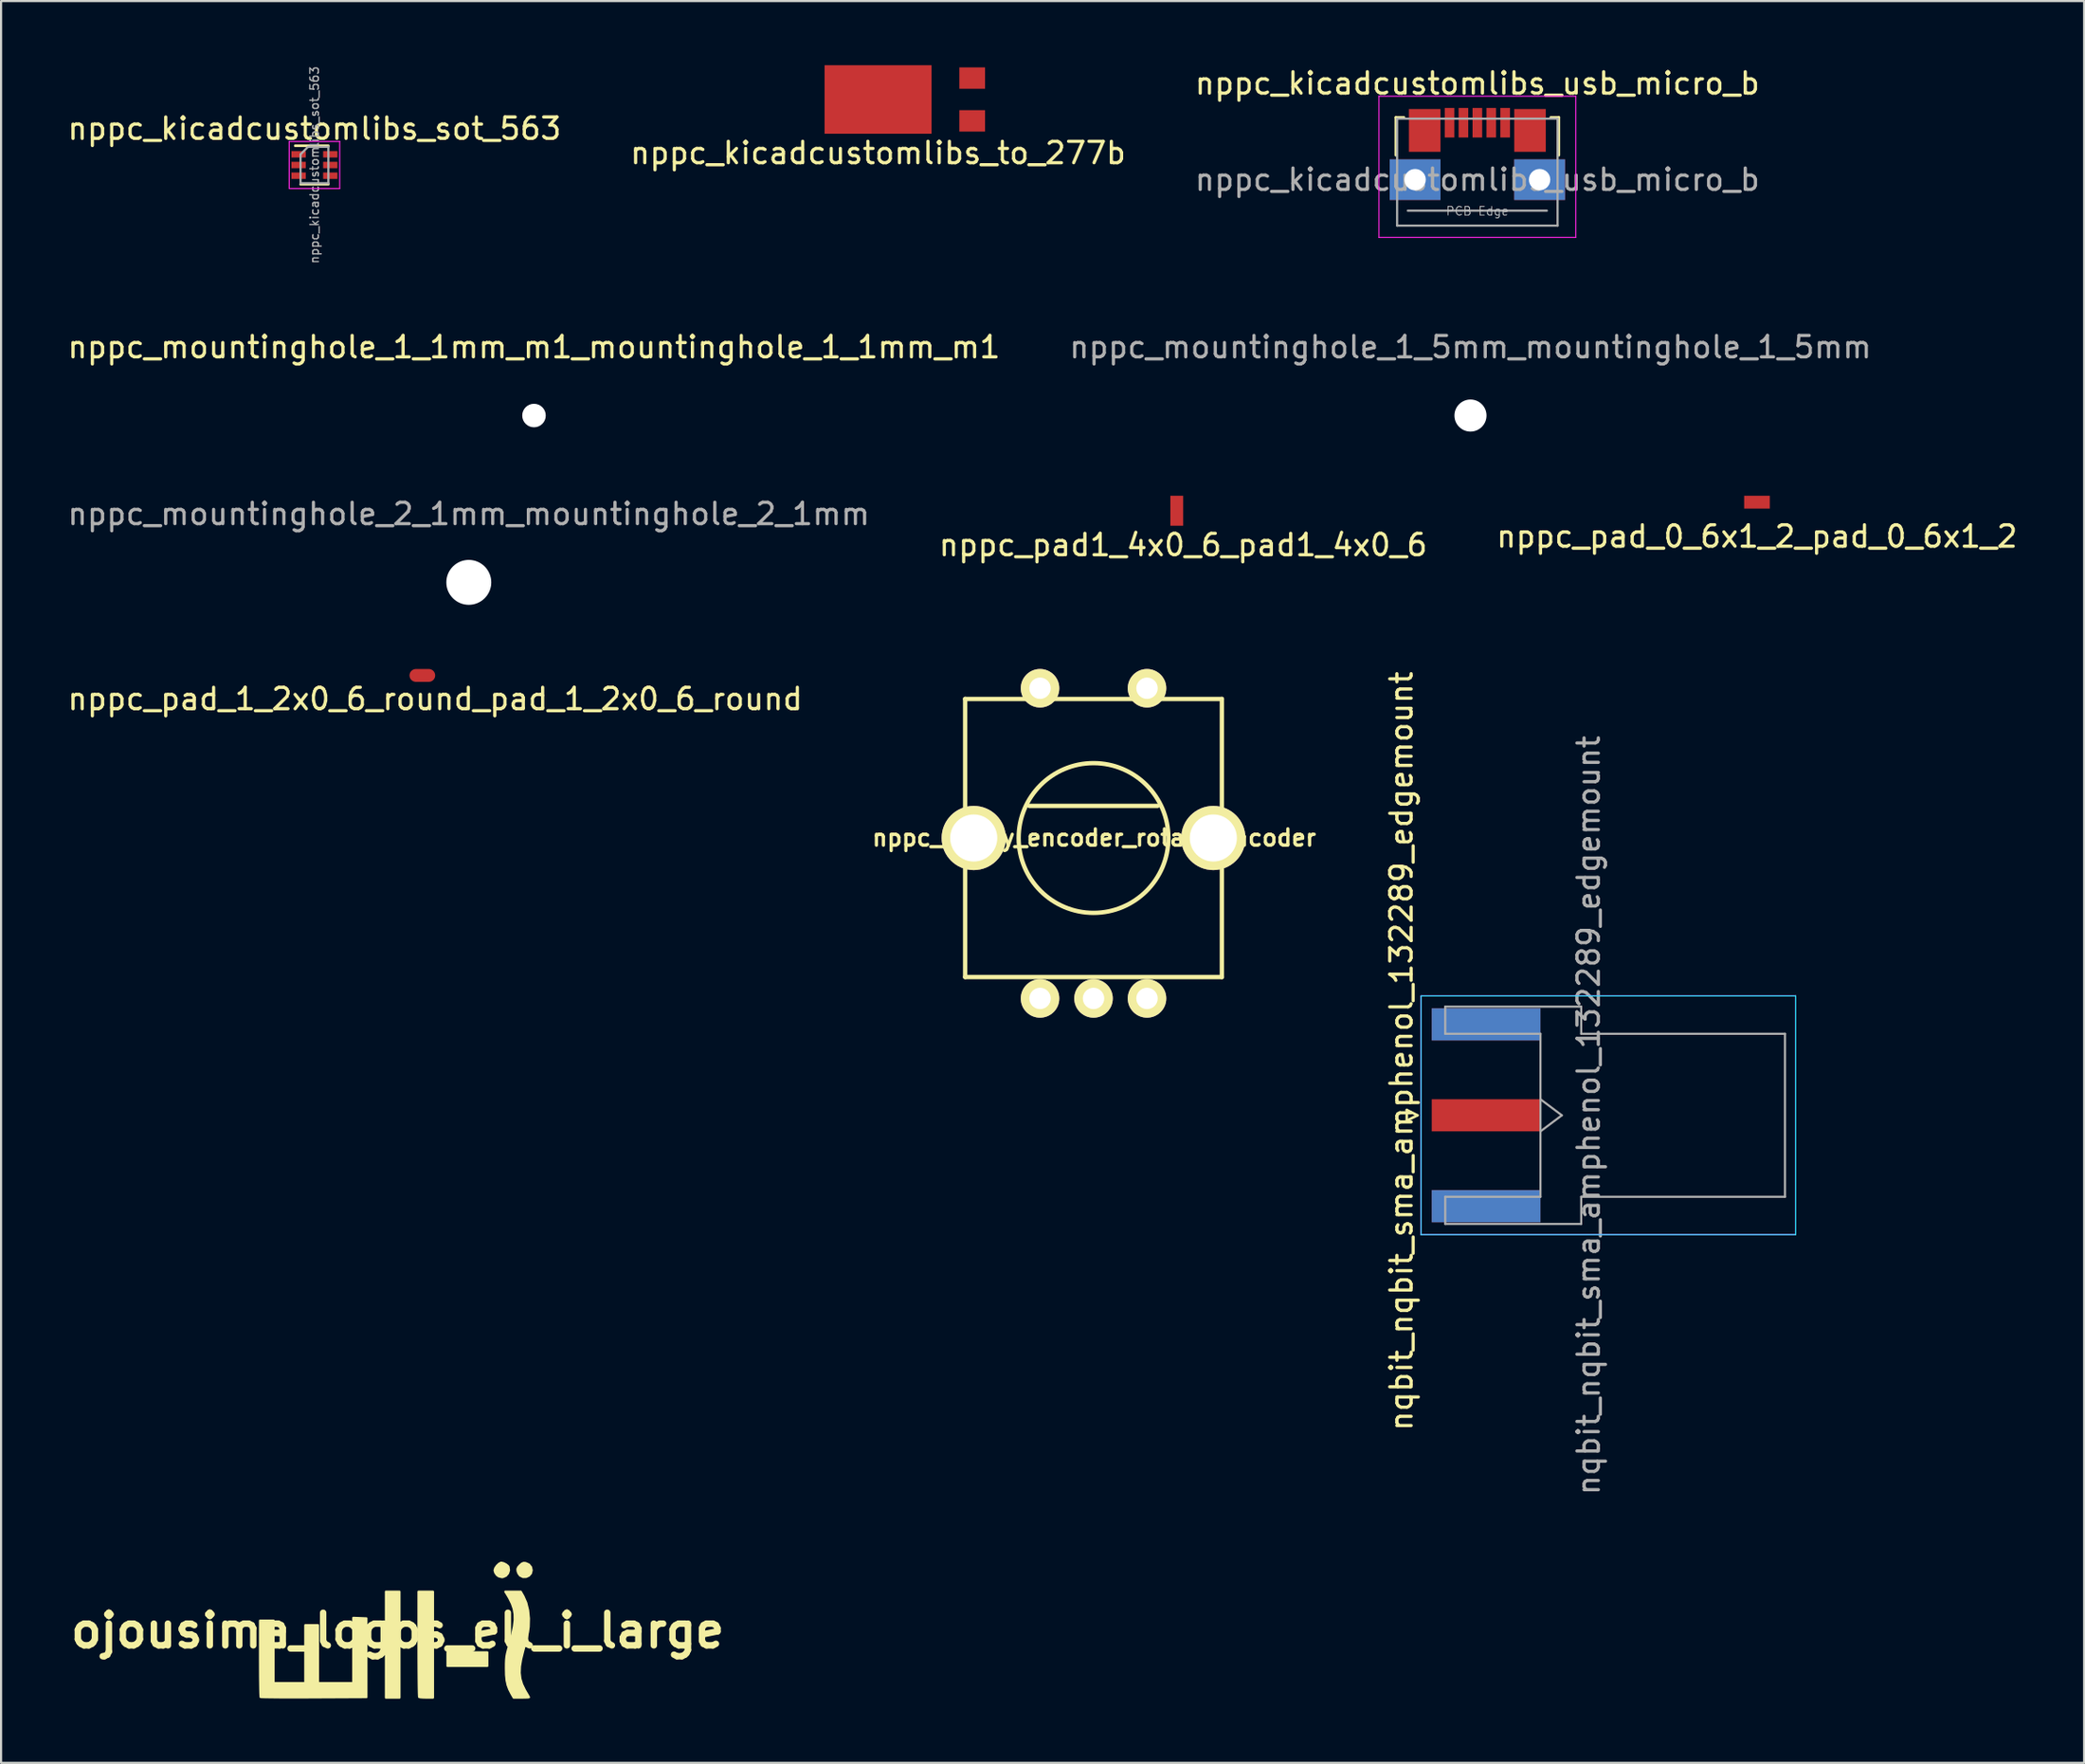
<source format=kicad_pcb>
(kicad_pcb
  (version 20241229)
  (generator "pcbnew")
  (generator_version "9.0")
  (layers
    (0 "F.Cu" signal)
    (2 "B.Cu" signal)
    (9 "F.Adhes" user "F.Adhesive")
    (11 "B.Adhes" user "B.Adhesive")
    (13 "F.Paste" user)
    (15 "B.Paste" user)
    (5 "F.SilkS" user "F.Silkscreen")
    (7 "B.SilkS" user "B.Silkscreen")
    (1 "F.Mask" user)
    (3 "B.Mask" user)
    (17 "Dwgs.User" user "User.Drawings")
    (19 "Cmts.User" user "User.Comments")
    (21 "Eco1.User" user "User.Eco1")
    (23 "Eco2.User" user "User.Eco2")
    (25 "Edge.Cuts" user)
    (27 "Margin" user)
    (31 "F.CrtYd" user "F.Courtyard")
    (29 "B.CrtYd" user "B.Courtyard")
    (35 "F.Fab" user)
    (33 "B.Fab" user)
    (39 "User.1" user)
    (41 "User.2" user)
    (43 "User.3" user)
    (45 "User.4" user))
  (footprint "nppc_kicadcustomlibs_usb_micro_b"
    (layer "F.Cu")
    (at 66.006 5.348)
    (property "Reference" "nppc_kicadcustomlibs_usb_micro_b" (at 0 -4.5 180) (layer "F.SilkS") (effects (font (size 1 1) (thickness 0.15))))
    (attr smd)
    (fp_line (start -3.81 -2.91) (end -3.43 -2.91) (stroke (width 0.12) (type solid)) (layer "F.SilkS"))
    (fp_line (start -3.81 -1.14) (end -3.81 -2.91) (stroke (width 0.12) (type solid)) (layer "F.SilkS"))
    (fp_line (start 3.81 -2.91) (end 3.43 -2.91) (stroke (width 0.12) (type solid)) (layer "F.SilkS"))
    (fp_line (start 3.81 -2.91) (end 3.81 -1.14) (stroke (width 0.12) (type solid)) (layer "F.SilkS"))
    (fp_line (start -4.6 -3.9) (end 4.6 -3.9) (stroke (width 0.05) (type solid)) (layer "F.CrtYd"))
    (fp_line (start -4.6 2.7) (end -4.6 -3.9) (stroke (width 0.05) (type solid)) (layer "F.CrtYd"))
    (fp_line (start 4.6 -3.9) (end 4.6 2.7) (stroke (width 0.05) (type solid)) (layer "F.CrtYd"))
    (fp_line (start 4.6 2.7) (end -4.6 2.7) (stroke (width 0.05) (type solid)) (layer "F.CrtYd"))
    (fp_line (start -3.75 -2.85) (end 3.75 -2.85) (stroke (width 0.1) (type solid)) (layer "F.Fab"))
    (fp_line (start -3.75 2.15) (end -3.75 -2.85) (stroke (width 0.1) (type solid)) (layer "F.Fab"))
    (fp_line (start -3.25 1.45) (end 3.25 1.45) (stroke (width 0.1) (type solid)) (layer "F.Fab"))
    (fp_line (start 3.75 -2.85) (end 3.75 2.15) (stroke (width 0.1) (type solid)) (layer "F.Fab"))
    (fp_line (start 3.75 2.15) (end -3.75 2.15) (stroke (width 0.1) (type solid)) (layer "F.Fab"))
    (fp_text user "PCB Edge" (at 0 1.47 180) (layer "Dwgs.User") (effects (font (size 0.4 0.4) (thickness 0.04))))
    (fp_text user "${REFERENCE}" (at 0 0 0) (layer "F.Fab") (effects (font (size 1 1) (thickness 0.15))))
    (pad "1" smd rect (at -1.3 -2.66) (size 0.45 1.38) (layers "F.Cu" "F.Mask" "F.Paste"))
    (pad "2" smd rect (at -0.65 -2.66) (size 0.45 1.38) (layers "F.Cu" "F.Mask" "F.Paste"))
    (pad "3" smd rect (at 0 -2.66) (size 0.45 1.38) (layers "F.Cu" "F.Mask" "F.Paste"))
    (pad "4" smd rect (at 0.65 -2.66) (size 0.45 1.38) (layers "F.Cu" "F.Mask" "F.Paste"))
    (pad "5" smd rect (at 1.3 -2.66) (size 0.45 1.38) (layers "F.Cu" "F.Mask" "F.Paste"))
    (pad "6" thru_hole rect (at -2.91 0) (size 2.375 1.9) (drill 1) (layers "*.Cu" "*.Mask"))
    (pad "6" smd rect (at -2.462 -2.3) (size 1.475 2) (layers "F.Cu" "F.Mask" "F.Paste"))
    (pad "6" smd rect (at 2.462 -2.3) (size 1.475 2) (layers "F.Cu" "F.Mask" "F.Paste"))
    (pad "6" thru_hole rect (at 2.91 0) (size 2.375 1.9) (drill 1) (layers "*.Cu" "*.Mask")))
  (footprint "nppc_mountinghole_1_5mm_mountinghole_1_5mm"
    (layer "F.Cu")
    (at 65.685 16.375)
    (property "Reference" "nppc_mountinghole_1_5mm_mountinghole_1_5mm" (at 0 -3.2 0) (layer "F.Fab") (effects (font (size 1 1) (thickness 0.15))))
    (attr exclude_from_pos_files exclude_from_bom)
    (pad "" np_thru_hole circle (at 0 0) (size 1.5 1.5) (drill 1.5) (layers "*.Cu" "*.Mask")))
  (footprint "nppc_pad_0_6x1_2_pad_0_6x1_2"
    (layer "F.Cu")
    (at 79.077 20.425)
    (property "Reference" "nppc_pad_0_6x1_2_pad_0_6x1_2" (at 0 1.6 0) (layer "F.SilkS") (effects (font (size 1 1) (thickness 0.15))))
    (attr through_hole)
    (pad "1" smd rect (at 0 0) (size 1.2 0.6) (layers "F.Cu" "F.Mask")))
  (footprint "ojousima_logos_ell_i_large"
    (layer "F.Cu")
    (at 15.538 73.174)
    (property "Reference" "ojousima_logos_ell_i_large" (at 0 0 0) (layer "F.SilkS") (effects (font (size 1.524 1.524) (thickness 0.3))))
    (attr through_hole)
    (fp_poly (pts (xy 0.085 3.133) (xy -0.233 3.133) (xy -0.55 3.133) (xy -0.55 0.656) (xy -0.55 -1.82) (xy -0.233 -1.82) (xy 0.085 -1.82) (xy 0.085 0.656) (xy 0.085 3.133)) (stroke (width 0.1) (type solid)) (fill yes) (layer "F.SilkS"))
    (fp_poly (pts (xy 4.191 1.651) (xy 3.26 1.651) (xy 2.328 1.651) (xy 2.328 1.333) (xy 2.328 1.016) (xy 3.26 1.016) (xy 4.191 1.016) (xy 4.191 1.333) (xy 4.191 1.651)) (stroke (width 0.1) (type solid)) (fill yes) (layer "F.SilkS"))
    (fp_poly (pts (xy 6.265 -2.818) (xy 6.229 -2.673) (xy 6.135 -2.566) (xy 6.004 -2.507) (xy 5.859 -2.504) (xy 5.723 -2.57) (xy 5.72 -2.572) (xy 5.648 -2.667) (xy 5.604 -2.782) (xy 5.598 -2.88) (xy 5.633 -2.962) (xy 5.712 -3.051) (xy 5.809 -3.136) (xy 5.891 -3.166) (xy 5.981 -3.159) (xy 6.136 -3.091) (xy 6.235 -2.966) (xy 6.265 -2.818)) (stroke (width 0.1) (type solid)) (fill yes) (layer "F.SilkS"))
    (fp_poly (pts (xy 1.651 3.133) (xy 1.341 3.133) (xy 1.186 3.129) (xy 1.066 3.12) (xy 1.004 3.106) (xy 1.002 3.104) (xy 0.997 3.058) (xy 0.992 2.935) (xy 0.987 2.742) (xy 0.983 2.487) (xy 0.98 2.177) (xy 0.977 1.821) (xy 0.975 1.426) (xy 0.974 0.999) (xy 0.974 0.628) (xy 0.974 -1.82) (xy 1.312 -1.82) (xy 1.651 -1.82) (xy 1.651 0.656) (xy 1.651 3.133)) (stroke (width 0.1) (type solid)) (fill yes) (layer "F.SilkS"))
    (fp_poly (pts (xy 5.204 -2.823) (xy 5.159 -2.676) (xy 5.061 -2.562) (xy 4.922 -2.502) (xy 4.868 -2.498) (xy 4.72 -2.537) (xy 4.634 -2.602) (xy 4.561 -2.706) (xy 4.53 -2.814) (xy 4.53 -2.816) (xy 4.56 -2.918) (xy 4.636 -3.03) (xy 4.733 -3.124) (xy 4.827 -3.173) (xy 4.846 -3.175) (xy 4.952 -3.151) (xy 5.068 -3.092) (xy 5.157 -3.019) (xy 5.181 -2.983) (xy 5.204 -2.823)) (stroke (width 0.1) (type solid)) (fill yes) (layer "F.SilkS"))
    (fp_poly (pts (xy -1.46 3.111) (xy -3.919 3.122) (xy -4.368 3.124) (xy -4.791 3.124) (xy -5.181 3.124) (xy -5.53 3.123) (xy -5.832 3.12) (xy -6.078 3.117) (xy -6.26 3.114) (xy -6.372 3.109) (xy -6.406 3.105) (xy -6.412 3.058) (xy -6.418 2.935) (xy -6.423 2.745) (xy -6.427 2.498) (xy -6.431 2.202) (xy -6.433 1.865) (xy -6.434 1.498) (xy -6.435 1.305) (xy -6.435 -0.466) (xy -6.117 -0.466) (xy -5.8 -0.466) (xy -5.8 0.995) (xy -5.8 2.455) (xy -5.059 2.455) (xy -4.318 2.455) (xy -4.318 1.101) (xy -4.318 -0.254) (xy -4.022 -0.254) (xy -3.725 -0.254) (xy -3.725 1.101) (xy -3.725 2.455) (xy -2.9 2.455) (xy -2.074 2.455) (xy -2.074 0.929) (xy -2.074 -0.596) (xy -1.767 -0.584) (xy -1.46 -0.572) (xy -1.46 1.27) (xy -1.46 3.111)) (stroke (width 0.1) (type solid)) (fill yes) (layer "F.SilkS"))
    (fp_poly (pts (xy 6.138 3.117) (xy 6.099 3.124) (xy 5.995 3.129) (xy 5.845 3.132) (xy 5.78 3.133) (xy 5.422 3.133) (xy 5.319 2.953) (xy 5.212 2.745) (xy 5.138 2.545) (xy 5.091 2.329) (xy 5.066 2.075) (xy 5.06 1.76) (xy 5.06 1.757) (xy 5.061 1.54) (xy 5.068 1.368) (xy 5.083 1.219) (xy 5.111 1.069) (xy 5.155 0.893) (xy 5.219 0.667) (xy 5.245 0.579) (xy 5.358 0.164) (xy 5.433 -0.188) (xy 5.47 -0.493) (xy 5.466 -0.764) (xy 5.423 -1.017) (xy 5.338 -1.264) (xy 5.212 -1.52) (xy 5.116 -1.683) (xy 5.031 -1.82) (xy 5.393 -1.82) (xy 5.756 -1.82) (xy 5.882 -1.598) (xy 6.012 -1.301) (xy 6.098 -0.95) (xy 6.136 -0.568) (xy 6.126 -0.174) (xy 6.093 0.066) (xy 6.064 0.199) (xy 6.018 0.391) (xy 5.96 0.619) (xy 5.895 0.859) (xy 5.875 0.931) (xy 5.775 1.333) (xy 5.717 1.676) (xy 5.705 1.976) (xy 5.738 2.249) (xy 5.817 2.51) (xy 5.944 2.774) (xy 5.997 2.866) (xy 6.069 2.988) (xy 6.12 3.079) (xy 6.138 3.117)) (stroke (width 0.1) (type solid)) (fill yes) (layer "F.SilkS")))
  (footprint "nppc_pad_1_2x0_6_round_pad_1_2x0_6_round"
    (layer "F.Cu")
    (at 16.692 28.523)
    (property "Reference" "nppc_pad_1_2x0_6_round_pad_1_2x0_6_round" (at 0.6 1.1 0) (layer "F.SilkS") (effects (font (size 1 1) (thickness 0.15))))
    (attr through_hole)
    (pad "1" smd oval (at 0 0) (size 1.2 0.6) (layers "F.Cu" "F.Mask" "F.Paste")))
  (footprint "nppc_mountinghole_1_1mm_m1_mountinghole_1_1mm_m1"
    (layer "F.Cu")
    (at 21.911 16.375)
    (property "Reference" "nppc_mountinghole_1_1mm_m1_mountinghole_1_1mm_m1" (at 0 -3.2 0) (layer "F.SilkS") (effects (font (size 1 1) (thickness 0.15))))
    (attr exclude_from_pos_files exclude_from_bom)
    (pad "" np_thru_hole circle (at 0 0) (size 1.1 1.1) (drill 1.1) (layers "*.Cu" "*.Mask")))
  (footprint "nppc_kicadcustomlibs_sot_563"
    (layer "F.Cu")
    (at 11.649 4.663)
    (property "Reference" "nppc_kicadcustomlibs_sot_563" (at 0 -1.7 0) (layer "F.SilkS") (effects (font (size 1 1) (thickness 0.15))))
    (attr smd)
    (fp_line (start -0.9 -0.9) (end 0.65 -0.9) (stroke (width 0.12) (type solid)) (layer "F.SilkS"))
    (fp_line (start 0.65 0.9) (end -0.65 0.9) (stroke (width 0.12) (type solid)) (layer "F.SilkS"))
    (fp_line (start -1.18 -1.1) (end -1.18 1.1) (stroke (width 0.05) (type solid)) (layer "F.CrtYd"))
    (fp_line (start -1.18 -1.1) (end 1.18 -1.1) (stroke (width 0.05) (type solid)) (layer "F.CrtYd"))
    (fp_line (start 1.18 1.1) (end -1.18 1.1) (stroke (width 0.05) (type solid)) (layer "F.CrtYd"))
    (fp_line (start 1.18 1.1) (end 1.18 -1.1) (stroke (width 0.05) (type solid)) (layer "F.CrtYd"))
    (fp_line (start -0.65 -0.5) (end -0.65 0.85) (stroke (width 0.1) (type solid)) (layer "F.Fab"))
    (fp_line (start -0.65 -0.5) (end -0.3 -0.85) (stroke (width 0.1) (type solid)) (layer "F.Fab"))
    (fp_line (start -0.65 0.85) (end 0.65 0.85) (stroke (width 0.1) (type solid)) (layer "F.Fab"))
    (fp_line (start 0.65 -0.85) (end -0.3 -0.85) (stroke (width 0.1) (type solid)) (layer "F.Fab"))
    (fp_line (start 0.65 0.85) (end 0.65 -0.85) (stroke (width 0.1) (type solid)) (layer "F.Fab"))
    (fp_text user "${REFERENCE}" (at 0 0 90) (layer "F.Fab") (effects (font (size 0.4 0.4) (thickness 0.062))))
    (pad "1" smd rect (at -0.74 -0.5) (size 0.67 0.3) (layers "F.Cu" "F.Mask" "F.Paste"))
    (pad "2" smd rect (at -0.74 0) (size 0.67 0.3) (layers "F.Cu" "F.Mask" "F.Paste"))
    (pad "3" smd rect (at -0.74 0.5) (size 0.67 0.3) (layers "F.Cu" "F.Mask" "F.Paste"))
    (pad "4" smd rect (at 0.74 0.5) (size 0.67 0.3) (layers "F.Cu" "F.Mask" "F.Paste"))
    (pad "5" smd rect (at 0.74 0) (size 0.67 0.3) (layers "F.Cu" "F.Mask" "F.Paste"))
    (pad "6" smd rect (at 0.74 -0.5) (size 0.67 0.3) (layers "F.Cu" "F.Mask" "F.Paste")))
  (footprint "nppc_mountinghole_2_1mm_mountinghole_2_1mm"
    (layer "F.Cu")
    (at 18.863 24.173)
    (property "Reference" "nppc_mountinghole_2_1mm_mountinghole_2_1mm" (at 0 -3.2 0) (layer "F.Fab") (effects (font (size 1 1) (thickness 0.15))))
    (attr exclude_from_pos_files exclude_from_bom)
    (pad "" np_thru_hole circle (at 0 0) (size 2.1 2.1) (drill 2.1) (layers "*.Cu" "*.Mask")))
  (footprint "nppc_rotary_encoder_rotary_encoder"
    (layer "F.Cu")
    (at 48.065 36.123)
    (property "Reference" "nppc_rotary_encoder_rotary_encoder" (at 0.03 -0.01 0) (layer "F.SilkS") (effects (font (size 0.762 0.762) (thickness 0.152))))
    (attr through_hole)
    (fp_line (start -6 -6.5) (end 6 -6.5) (stroke (width 0.203) (type solid)) (layer "F.SilkS"))
    (fp_line (start -6 6.5) (end -6 -6.5) (stroke (width 0.203) (type solid)) (layer "F.SilkS"))
    (fp_line (start 3 -1.5) (end -3 -1.5) (stroke (width 0.203) (type solid)) (layer "F.SilkS"))
    (fp_line (start 6 -6.5) (end 6 6.5) (stroke (width 0.203) (type solid)) (layer "F.SilkS"))
    (fp_line (start 6 6.5) (end -6 6.5) (stroke (width 0.203) (type solid)) (layer "F.SilkS"))
    (fp_circle (center 0 0) (end 3.5 0) (stroke (width 0.203) (type solid)) (fill no) (layer "F.SilkS"))
    (pad "" thru_hole circle (at -5.6 0) (size 3 3) (drill 2.2) (layers "*.Cu" "*.Mask" "F.SilkS"))
    (pad "" thru_hole circle (at 5.6 0) (size 3 3) (drill 2.2) (layers "*.Cu" "*.Mask" "F.SilkS"))
    (pad "1" thru_hole circle (at -2.5 7.5) (size 1.8 1.8) (drill 1) (layers "*.Cu" "*.Mask" "F.SilkS"))
    (pad "2" thru_hole circle (at 0 7.5) (size 1.8 1.8) (drill 1) (layers "*.Cu" "*.Mask" "F.SilkS"))
    (pad "3" thru_hole circle (at 2.5 7.5) (size 1.8 1.8) (drill 1) (layers "*.Cu" "*.Mask" "F.SilkS"))
    (pad "4" thru_hole circle (at -2.5 -7) (size 1.8 1.8) (drill 1) (layers "*.Cu" "*.Mask" "F.SilkS"))
    (pad "5" thru_hole circle (at 2.5 -7) (size 1.8 1.8) (drill 1) (layers "*.Cu" "*.Mask" "F.SilkS")))
  (footprint "nppc_kicadcustomlibs_to_277b"
    (layer "F.Cu")
    (at 37.994 1.6)
    (property "Reference" "nppc_kicadcustomlibs_to_277b" (at 0 2.5 0) (layer "F.SilkS") (effects (font (size 1 1) (thickness 0.15))))
    (attr through_hole)
    (pad "1" smd rect (at 0 0) (size 5 3.2) (layers "F.Cu" "F.Mask" "F.Paste"))
    (pad "2" smd rect (at 4.4 -1) (size 1.2 1) (layers "F.Cu" "F.Mask" "F.Paste"))
    (pad "2" smd rect (at 4.4 1) (size 1.2 1) (layers "F.Cu" "F.Mask" "F.Paste")))
  (footprint "nppc_pad1_4x0_6_pad1_4x0_6"
    (layer "F.Cu")
    (at 51.956 20.825)
    (property "Reference" "nppc_pad1_4x0_6_pad1_4x0_6" (at 0.3 1.6 0) (layer "F.SilkS") (effects (font (size 1 1) (thickness 0.15))))
    (attr through_hole)
    (pad "1" smd rect (at 0 0) (size 0.6 1.4) (layers "F.Cu" "F.Mask" "F.Paste")))
  (footprint "nqbit_nqbit_sma_amphenol_132289_edgemount"
    (layer "F.Cu")
    (at 66.416 49.086)
    (property "Reference" "nqbit_nqbit_sma_amphenol_132289_edgemount" (at -3.96 -3 90) (layer "F.SilkS") (effects (font (size 1 1) (thickness 0.15))))
    (attr smd)
    (fp_line (start -3.71 -0.25) (end -3.71 0.25) (stroke (width 0.12) (type solid)) (layer "F.SilkS"))
    (fp_line (start -3.71 0.25) (end -3.21 0) (stroke (width 0.12) (type solid)) (layer "F.SilkS"))
    (fp_line (start -3.21 0) (end -3.71 -0.25) (stroke (width 0.12) (type solid)) (layer "F.SilkS"))
    (fp_line (start -3.04 5.58) (end -3.04 -5.58) (stroke (width 0.05) (type solid)) (layer "B.CrtYd"))
    (fp_line (start 14.47 -5.58) (end -3.04 -5.58) (stroke (width 0.05) (type solid)) (layer "B.CrtYd"))
    (fp_line (start 14.47 -5.58) (end 14.47 5.58) (stroke (width 0.05) (type solid)) (layer "B.CrtYd"))
    (fp_line (start 14.47 5.58) (end -3.04 5.58) (stroke (width 0.05) (type solid)) (layer "B.CrtYd"))
    (fp_line (start -3.04 5.58) (end -3.04 -5.58) (stroke (width 0.05) (type solid)) (layer "F.CrtYd"))
    (fp_line (start 14.47 -5.58) (end -3.04 -5.58) (stroke (width 0.05) (type solid)) (layer "F.CrtYd"))
    (fp_line (start 14.47 -5.58) (end 14.47 5.58) (stroke (width 0.05) (type solid)) (layer "F.CrtYd"))
    (fp_line (start 14.47 5.58) (end -3.04 5.58) (stroke (width 0.05) (type solid)) (layer "F.CrtYd"))
    (fp_line (start -1.91 -5.08) (end -1.91 -3.81) (stroke (width 0.1) (type solid)) (layer "F.Fab"))
    (fp_line (start -1.91 -5.08) (end 4.445 -5.08) (stroke (width 0.1) (type solid)) (layer "F.Fab"))
    (fp_line (start -1.91 -3.81) (end 2.54 -3.81) (stroke (width 0.1) (type solid)) (layer "F.Fab"))
    (fp_line (start -1.91 3.81) (end -1.91 5.08) (stroke (width 0.1) (type solid)) (layer "F.Fab"))
    (fp_line (start -1.91 5.08) (end 4.445 5.08) (stroke (width 0.1) (type solid)) (layer "F.Fab"))
    (fp_line (start 2.54 -3.81) (end 2.54 3.81) (stroke (width 0.1) (type solid)) (layer "F.Fab"))
    (fp_line (start 2.54 -0.75) (end 3.54 0) (stroke (width 0.1) (type solid)) (layer "F.Fab"))
    (fp_line (start 2.54 3.81) (end -1.91 3.81) (stroke (width 0.1) (type solid)) (layer "F.Fab"))
    (fp_line (start 3.54 0) (end 2.54 0.75) (stroke (width 0.1) (type solid)) (layer "F.Fab"))
    (fp_line (start 4.445 -3.81) (end 4.445 -5.08) (stroke (width 0.1) (type solid)) (layer "F.Fab"))
    (fp_line (start 4.445 -3.81) (end 13.97 -3.81) (stroke (width 0.1) (type solid)) (layer "F.Fab"))
    (fp_line (start 4.445 5.08) (end 4.445 3.81) (stroke (width 0.1) (type solid)) (layer "F.Fab"))
    (fp_line (start 13.97 -3.81) (end 13.97 3.81) (stroke (width 0.1) (type solid)) (layer "F.Fab"))
    (fp_line (start 13.97 3.81) (end 4.445 3.81) (stroke (width 0.1) (type solid)) (layer "F.Fab"))
    (fp_text user "${REFERENCE}" (at 4.79 0 270) (layer "F.Fab") (effects (font (size 1 1) (thickness 0.15))))
    (pad "1" smd rect (at 0 0 90) (size 1.5 5.08) (layers "F.Cu" "F.Mask" "F.Paste"))
    (pad "2" smd rect (at 0 -4.25 90) (size 1.5 5.08) (layers "F.Cu" "F.Mask" "F.Paste"))
    (pad "2" smd rect (at 0 -4.25 90) (size 1.5 5.08) (layers "B.Cu" "B.Mask" "B.Paste"))
    (pad "2" smd rect (at 0 4.25 90) (size 1.5 5.08) (layers "F.Cu" "F.Mask" "F.Paste"))
    (pad "2" smd rect (at 0 4.25 90) (size 1.5 5.08) (layers "B.Cu" "B.Mask" "B.Paste")))
  (gr_rect
    (start -3 -3)
    (end 94.369 79.357)
    (stroke (width 0.1) (type default))
    (fill no)
    (layer "Edge.Cuts")))
</source>
